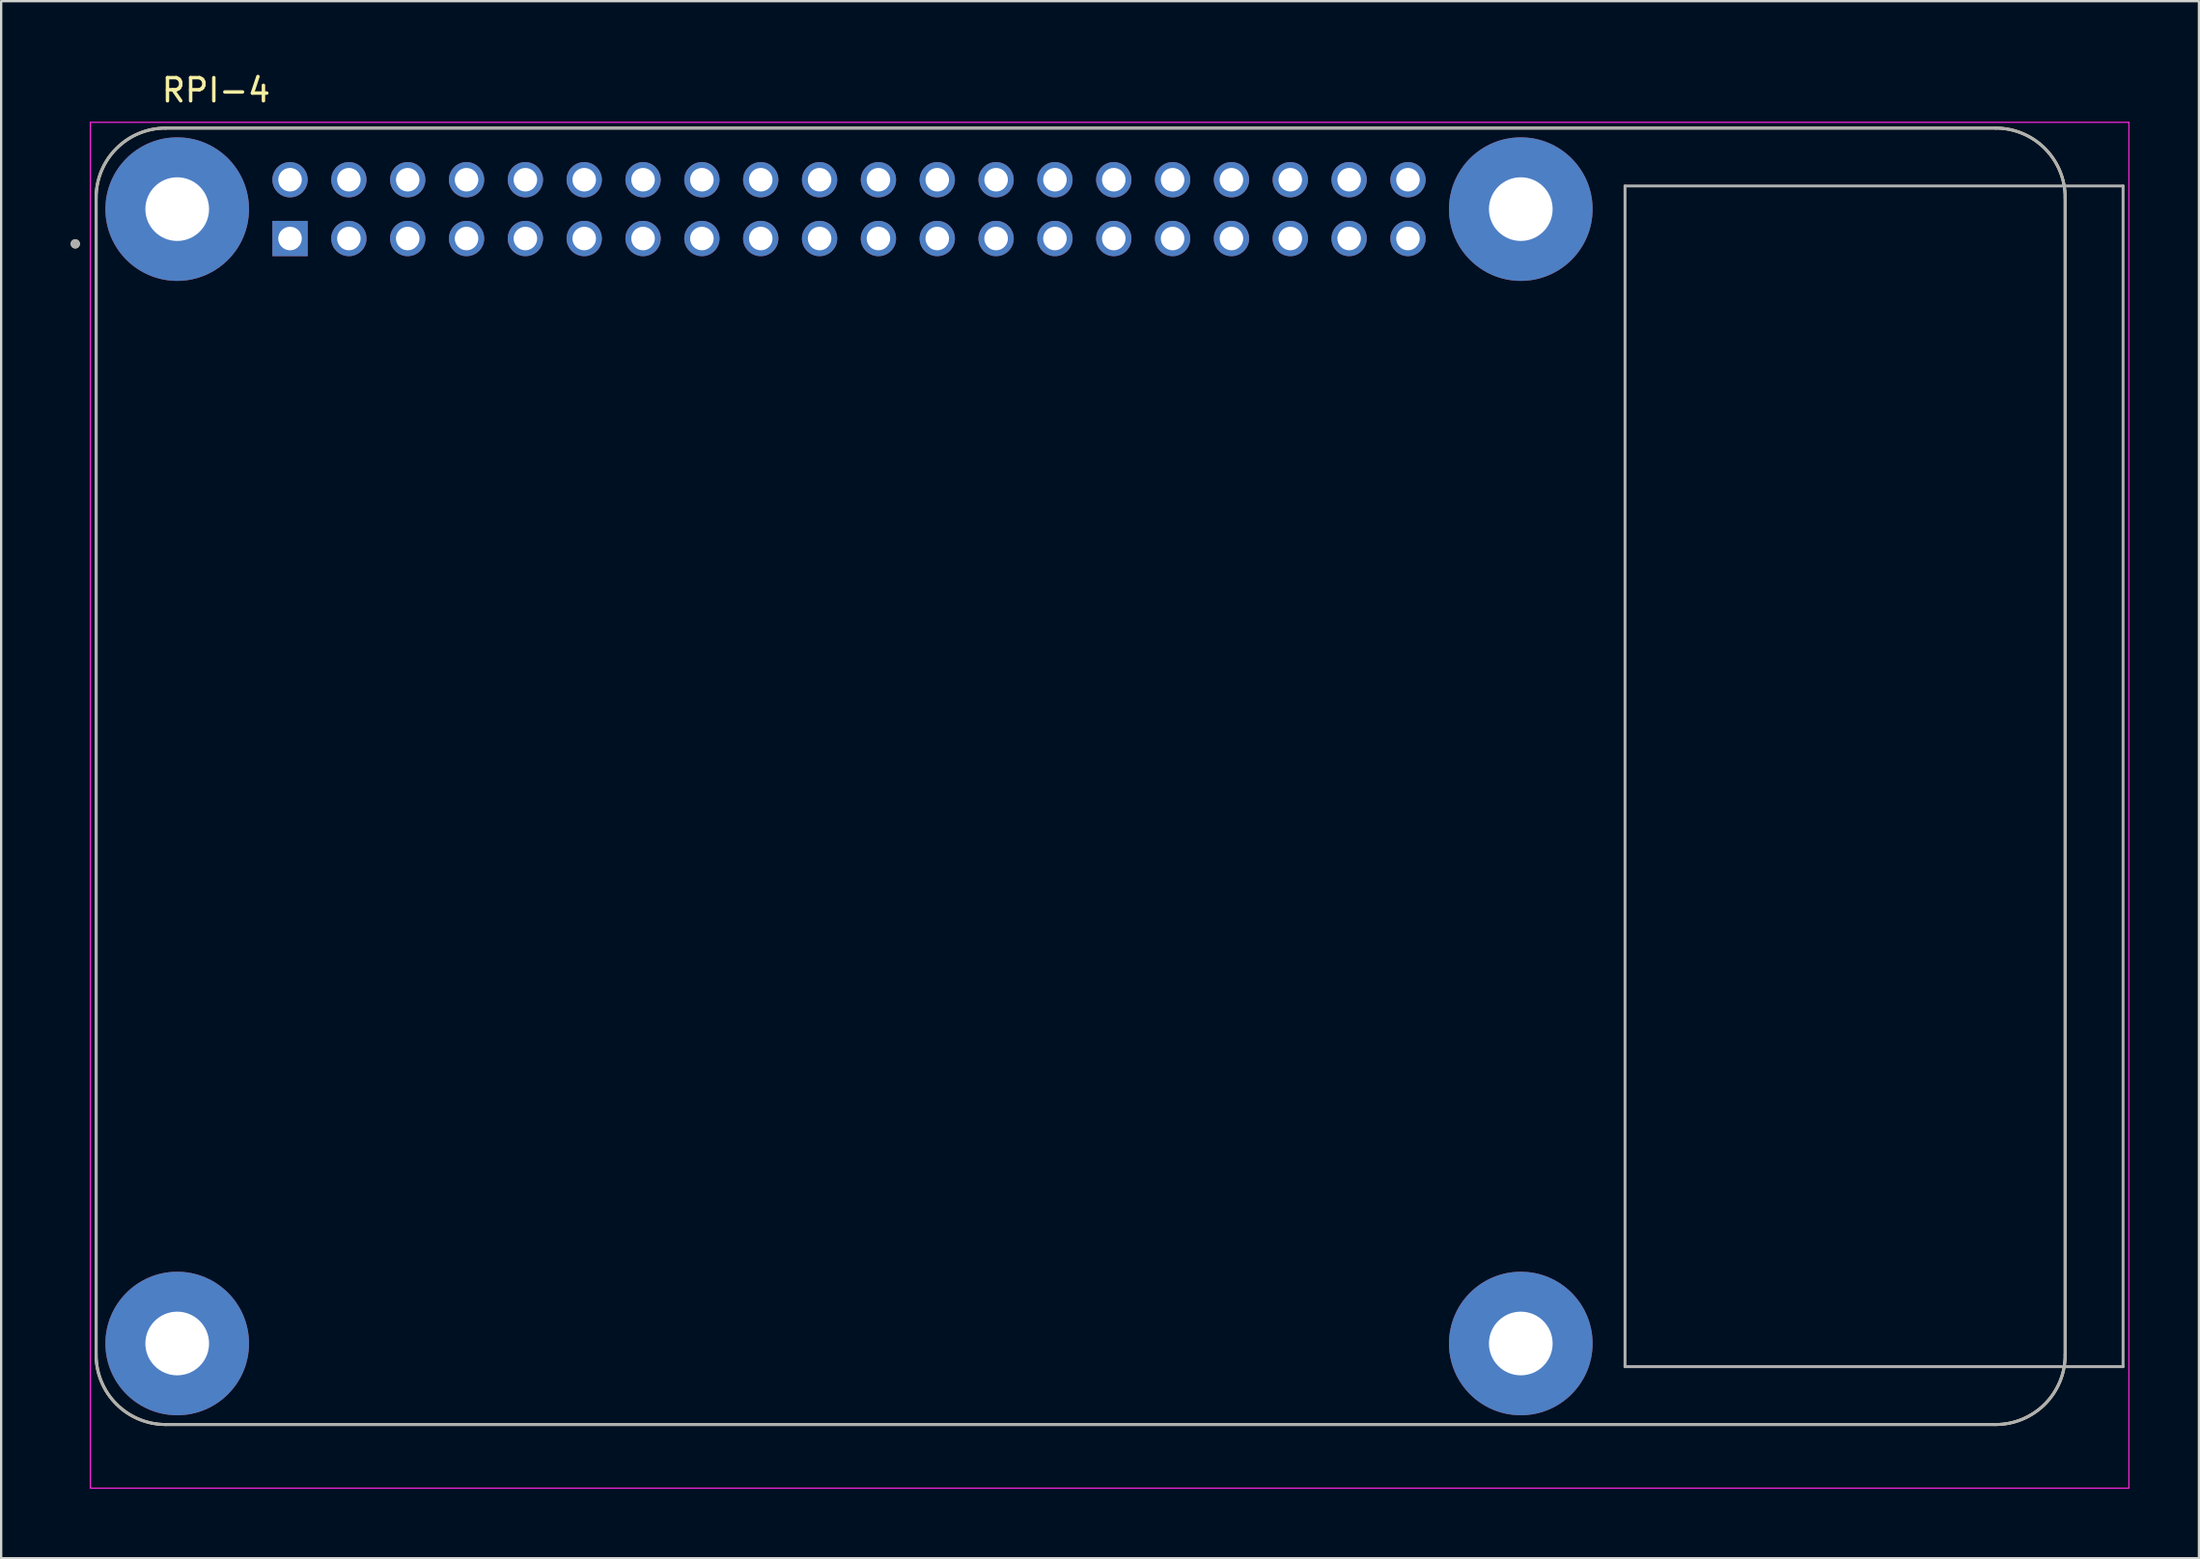
<source format=kicad_pcb>
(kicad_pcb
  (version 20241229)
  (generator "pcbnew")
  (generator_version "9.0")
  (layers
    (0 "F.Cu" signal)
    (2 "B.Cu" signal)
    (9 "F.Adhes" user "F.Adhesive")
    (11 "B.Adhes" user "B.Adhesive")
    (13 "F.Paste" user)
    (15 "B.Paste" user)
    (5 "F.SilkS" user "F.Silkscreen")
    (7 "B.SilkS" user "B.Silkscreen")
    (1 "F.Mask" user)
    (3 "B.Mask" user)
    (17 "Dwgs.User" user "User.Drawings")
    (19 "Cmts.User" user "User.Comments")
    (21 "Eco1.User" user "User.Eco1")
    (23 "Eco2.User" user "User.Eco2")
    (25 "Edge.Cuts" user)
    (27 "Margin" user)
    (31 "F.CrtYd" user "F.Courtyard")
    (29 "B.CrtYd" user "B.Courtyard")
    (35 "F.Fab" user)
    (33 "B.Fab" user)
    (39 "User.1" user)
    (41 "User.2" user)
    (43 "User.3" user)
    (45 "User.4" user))
  (footprint "RPI-4"
    (layer "F.Cu")
    (at 43.6 30.483)
    (property "Reference" "RPI-4" (at -37.325 -29.635 0) (layer "F.SilkS") (effects (font (size 1 1) (thickness 0.15))))
    (attr through_hole)
    (fp_line (start -42.5 -25) (end -42.5 25) (stroke (width 0.127) (type solid)) (layer "F.SilkS"))
    (fp_line (start -39.5 28) (end 39.5 28) (stroke (width 0.127) (type solid)) (layer "F.SilkS"))
    (fp_line (start 39.5 -28) (end -39.5 -28) (stroke (width 0.127) (type solid)) (layer "F.SilkS"))
    (fp_line (start 42.5 25) (end 42.5 -25) (stroke (width 0.127) (type solid)) (layer "F.SilkS"))
    (fp_arc (start -42.5 -25) (mid -41.62132 -27.12132) (end -39.5 -28) (stroke (width 0.127) (type solid)) (layer "F.SilkS"))
    (fp_arc (start -39.5 28) (mid -41.62132 27.12132) (end -42.5 25) (stroke (width 0.127) (type solid)) (layer "F.SilkS"))
    (fp_arc (start 39.5 -28) (mid 41.62132 -27.12132) (end 42.5 -25) (stroke (width 0.127) (type solid)) (layer "F.SilkS"))
    (fp_arc (start 42.5 25) (mid 41.62132 27.12132) (end 39.5 28) (stroke (width 0.127) (type solid)) (layer "F.SilkS"))
    (fp_circle (center -43.4 -23) (end -43.3 -23) (stroke (width 0.2) (type solid)) (fill no) (layer "F.SilkS"))
    (fp_line (start -42.75 -28.25) (end 45.25 -28.25) (stroke (width 0.05) (type solid)) (layer "F.CrtYd"))
    (fp_line (start -42.75 30.75) (end -42.75 -28.25) (stroke (width 0.05) (type solid)) (layer "F.CrtYd"))
    (fp_line (start 45.25 -28.25) (end 45.25 30.75) (stroke (width 0.05) (type solid)) (layer "F.CrtYd"))
    (fp_line (start 45.25 30.75) (end -42.75 30.75) (stroke (width 0.05) (type solid)) (layer "F.CrtYd"))
    (fp_line (start -42.5 -25) (end -42.5 25) (stroke (width 0.127) (type solid)) (layer "F.Fab"))
    (fp_line (start -39.5 28) (end 39.5 28) (stroke (width 0.127) (type solid)) (layer "F.Fab"))
    (fp_line (start 23.5 -25.5) (end 23.5 25.5) (stroke (width 0.127) (type solid)) (layer "F.Fab"))
    (fp_line (start 23.5 25.5) (end 45 25.5) (stroke (width 0.127) (type solid)) (layer "F.Fab"))
    (fp_line (start 39.5 -28) (end -39.5 -28) (stroke (width 0.127) (type solid)) (layer "F.Fab"))
    (fp_line (start 42.5 25) (end 42.5 -25) (stroke (width 0.127) (type solid)) (layer "F.Fab"))
    (fp_line (start 45 -25.5) (end 23.5 -25.5) (stroke (width 0.127) (type solid)) (layer "F.Fab"))
    (fp_line (start 45 25.5) (end 45 -25.5) (stroke (width 0.127) (type solid)) (layer "F.Fab"))
    (fp_arc (start -42.5 -25) (mid -41.62132 -27.12132) (end -39.5 -28) (stroke (width 0.127) (type solid)) (layer "F.Fab"))
    (fp_arc (start -39.5 28) (mid -41.62132 27.12132) (end -42.5 25) (stroke (width 0.127) (type solid)) (layer "F.Fab"))
    (fp_arc (start 39.5 -28) (mid 41.62132 -27.12132) (end 42.5 -25) (stroke (width 0.127) (type solid)) (layer "F.Fab"))
    (fp_arc (start 42.5 25) (mid 41.62132 27.12132) (end 39.5 28) (stroke (width 0.127) (type solid)) (layer "F.Fab"))
    (fp_circle (center -43.4 -23) (end -43.3 -23) (stroke (width 0.2) (type solid)) (fill no) (layer "F.Fab"))
    (pad "1" thru_hole rect (at -34.13 -23.23) (size 1.524 1.524) (drill 1.016) (layers "*.Cu" "*.Mask"))
    (pad "2" thru_hole circle (at -34.13 -25.77) (size 1.524 1.524) (drill 1.016) (layers "*.Cu" "*.Mask"))
    (pad "3" thru_hole circle (at -31.59 -23.23) (size 1.524 1.524) (drill 1.016) (layers "*.Cu" "*.Mask"))
    (pad "4" thru_hole circle (at -31.59 -25.77) (size 1.524 1.524) (drill 1.016) (layers "*.Cu" "*.Mask"))
    (pad "5" thru_hole circle (at -29.05 -23.23) (size 1.524 1.524) (drill 1.016) (layers "*.Cu" "*.Mask"))
    (pad "6" thru_hole circle (at -29.05 -25.77) (size 1.524 1.524) (drill 1.016) (layers "*.Cu" "*.Mask"))
    (pad "7" thru_hole circle (at -26.51 -23.23) (size 1.524 1.524) (drill 1.016) (layers "*.Cu" "*.Mask"))
    (pad "8" thru_hole circle (at -26.51 -25.77) (size 1.524 1.524) (drill 1.016) (layers "*.Cu" "*.Mask"))
    (pad "9" thru_hole circle (at -23.97 -23.23) (size 1.524 1.524) (drill 1.016) (layers "*.Cu" "*.Mask"))
    (pad "10" thru_hole circle (at -23.97 -25.77) (size 1.524 1.524) (drill 1.016) (layers "*.Cu" "*.Mask"))
    (pad "11" thru_hole circle (at -21.43 -23.23) (size 1.524 1.524) (drill 1.016) (layers "*.Cu" "*.Mask"))
    (pad "12" thru_hole circle (at -21.43 -25.77) (size 1.524 1.524) (drill 1.016) (layers "*.Cu" "*.Mask"))
    (pad "13" thru_hole circle (at -18.89 -23.23) (size 1.524 1.524) (drill 1.016) (layers "*.Cu" "*.Mask"))
    (pad "14" thru_hole circle (at -18.89 -25.77) (size 1.524 1.524) (drill 1.016) (layers "*.Cu" "*.Mask"))
    (pad "15" thru_hole circle (at -16.35 -23.23) (size 1.524 1.524) (drill 1.016) (layers "*.Cu" "*.Mask"))
    (pad "16" thru_hole circle (at -16.35 -25.77) (size 1.524 1.524) (drill 1.016) (layers "*.Cu" "*.Mask"))
    (pad "17" thru_hole circle (at -13.81 -23.23) (size 1.524 1.524) (drill 1.016) (layers "*.Cu" "*.Mask"))
    (pad "18" thru_hole circle (at -13.81 -25.77) (size 1.524 1.524) (drill 1.016) (layers "*.Cu" "*.Mask"))
    (pad "19" thru_hole circle (at -11.27 -23.23) (size 1.524 1.524) (drill 1.016) (layers "*.Cu" "*.Mask"))
    (pad "20" thru_hole circle (at -11.27 -25.77) (size 1.524 1.524) (drill 1.016) (layers "*.Cu" "*.Mask"))
    (pad "21" thru_hole circle (at -8.73 -23.23) (size 1.524 1.524) (drill 1.016) (layers "*.Cu" "*.Mask"))
    (pad "22" thru_hole circle (at -8.73 -25.77) (size 1.524 1.524) (drill 1.016) (layers "*.Cu" "*.Mask"))
    (pad "23" thru_hole circle (at -6.19 -23.23) (size 1.524 1.524) (drill 1.016) (layers "*.Cu" "*.Mask"))
    (pad "24" thru_hole circle (at -6.19 -25.77) (size 1.524 1.524) (drill 1.016) (layers "*.Cu" "*.Mask"))
    (pad "25" thru_hole circle (at -3.65 -23.23) (size 1.524 1.524) (drill 1.016) (layers "*.Cu" "*.Mask"))
    (pad "26" thru_hole circle (at -3.65 -25.77) (size 1.524 1.524) (drill 1.016) (layers "*.Cu" "*.Mask"))
    (pad "27" thru_hole circle (at -1.11 -23.23) (size 1.524 1.524) (drill 1.016) (layers "*.Cu" "*.Mask"))
    (pad "28" thru_hole circle (at -1.11 -25.77) (size 1.524 1.524) (drill 1.016) (layers "*.Cu" "*.Mask"))
    (pad "29" thru_hole circle (at 1.43 -23.23) (size 1.524 1.524) (drill 1.016) (layers "*.Cu" "*.Mask"))
    (pad "30" thru_hole circle (at 1.43 -25.77) (size 1.524 1.524) (drill 1.016) (layers "*.Cu" "*.Mask"))
    (pad "31" thru_hole circle (at 3.97 -23.23) (size 1.524 1.524) (drill 1.016) (layers "*.Cu" "*.Mask"))
    (pad "32" thru_hole circle (at 3.97 -25.77) (size 1.524 1.524) (drill 1.016) (layers "*.Cu" "*.Mask"))
    (pad "33" thru_hole circle (at 6.51 -23.23) (size 1.524 1.524) (drill 1.016) (layers "*.Cu" "*.Mask"))
    (pad "34" thru_hole circle (at 6.51 -25.77) (size 1.524 1.524) (drill 1.016) (layers "*.Cu" "*.Mask"))
    (pad "35" thru_hole circle (at 9.05 -23.23) (size 1.524 1.524) (drill 1.016) (layers "*.Cu" "*.Mask"))
    (pad "36" thru_hole circle (at 9.05 -25.77) (size 1.524 1.524) (drill 1.016) (layers "*.Cu" "*.Mask"))
    (pad "37" thru_hole circle (at 11.59 -23.23) (size 1.524 1.524) (drill 1.016) (layers "*.Cu" "*.Mask"))
    (pad "38" thru_hole circle (at 11.59 -25.77) (size 1.524 1.524) (drill 1.016) (layers "*.Cu" "*.Mask"))
    (pad "39" thru_hole circle (at 14.13 -23.23) (size 1.524 1.524) (drill 1.016) (layers "*.Cu" "*.Mask"))
    (pad "40" thru_hole circle (at 14.13 -25.77) (size 1.524 1.524) (drill 1.016) (layers "*.Cu" "*.Mask"))
    (pad "S1" thru_hole circle (at -39 -24.5) (size 6.2 6.2) (drill 2.75) (layers "*.Cu" "*.Mask"))
    (pad "S2" thru_hole circle (at 19 -24.5) (size 6.2 6.2) (drill 2.75) (layers "*.Cu" "*.Mask"))
    (pad "S3" thru_hole circle (at 19 24.5) (size 6.2 6.2) (drill 2.75) (layers "*.Cu" "*.Mask"))
    (pad "S4" thru_hole circle (at -39 24.5) (size 6.2 6.2) (drill 2.75) (layers "*.Cu" "*.Mask")))
  (gr_rect
    (start -3 -3)
    (end 91.875 64.258)
    (stroke (width 0.1) (type default))
    (fill no)
    (layer "Edge.Cuts")))
</source>
